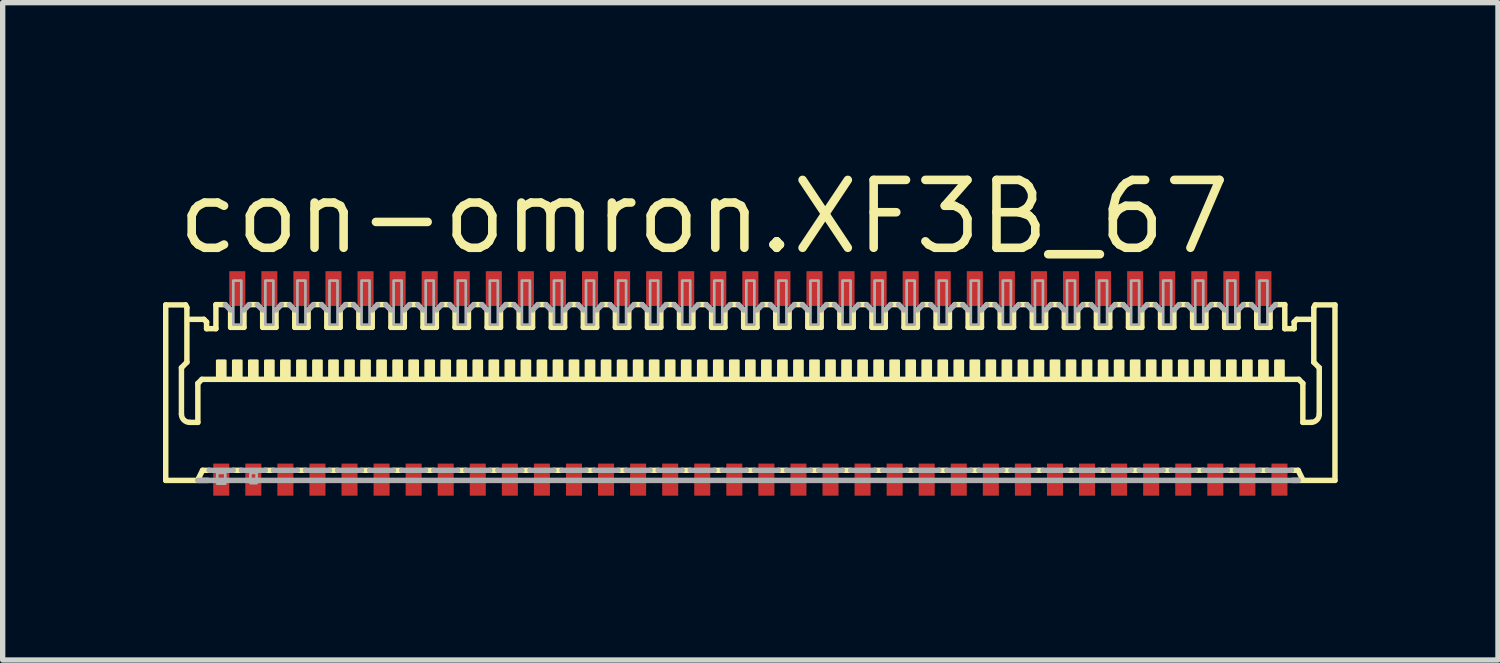
<source format=kicad_pcb>
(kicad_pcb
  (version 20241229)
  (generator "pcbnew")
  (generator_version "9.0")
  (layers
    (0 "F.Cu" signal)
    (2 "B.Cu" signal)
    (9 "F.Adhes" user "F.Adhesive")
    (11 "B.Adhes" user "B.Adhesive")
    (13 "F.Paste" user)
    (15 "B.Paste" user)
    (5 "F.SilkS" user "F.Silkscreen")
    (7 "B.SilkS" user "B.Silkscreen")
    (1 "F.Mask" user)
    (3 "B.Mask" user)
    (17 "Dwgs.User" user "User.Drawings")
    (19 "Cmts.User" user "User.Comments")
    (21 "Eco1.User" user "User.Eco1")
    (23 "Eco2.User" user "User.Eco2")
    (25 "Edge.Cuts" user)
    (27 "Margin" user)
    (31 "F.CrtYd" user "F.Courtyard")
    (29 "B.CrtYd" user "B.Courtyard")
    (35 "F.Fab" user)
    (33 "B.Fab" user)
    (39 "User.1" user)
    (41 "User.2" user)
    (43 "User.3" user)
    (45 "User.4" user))
  (footprint "con-omron.XF3B_67"
    (layer "F.Cu")
    (at 10.99 4.15)
    (property "Reference" "con-omron.XF3B_67" (at -10.8 -2.4 0) (layer "F.SilkS") (effects (font (size 1.27 1.27) (thickness 0.16)) (justify left bottom)))
    (attr smd)
    (fp_rect (start -10.1 2.125) (end -9.7 1.425) (stroke (width 0.05) (type default)) (fill yes) (layer "F.Mask"))
    (fp_rect (start -9.8 -1.425) (end -9.4 -2.175) (stroke (width 0.05) (type default)) (fill yes) (layer "F.Mask"))
    (fp_rect (start -9.5 2.125) (end -9.1 1.425) (stroke (width 0.05) (type default)) (fill yes) (layer "F.Mask"))
    (fp_rect (start -9.2 -1.425) (end -8.8 -2.175) (stroke (width 0.05) (type default)) (fill yes) (layer "F.Mask"))
    (fp_rect (start -8.9 2.125) (end -8.5 1.425) (stroke (width 0.05) (type default)) (fill yes) (layer "F.Mask"))
    (fp_rect (start -8.6 -1.425) (end -8.2 -2.175) (stroke (width 0.05) (type default)) (fill yes) (layer "F.Mask"))
    (fp_rect (start -8.3 2.125) (end -7.9 1.425) (stroke (width 0.05) (type default)) (fill yes) (layer "F.Mask"))
    (fp_rect (start -8 -1.425) (end -7.6 -2.175) (stroke (width 0.05) (type default)) (fill yes) (layer "F.Mask"))
    (fp_rect (start -7.7 2.125) (end -7.3 1.425) (stroke (width 0.05) (type default)) (fill yes) (layer "F.Mask"))
    (fp_rect (start -7.4 -1.425) (end -7 -2.175) (stroke (width 0.05) (type default)) (fill yes) (layer "F.Mask"))
    (fp_rect (start -7.1 2.125) (end -6.7 1.425) (stroke (width 0.05) (type default)) (fill yes) (layer "F.Mask"))
    (fp_rect (start -6.8 -1.425) (end -6.4 -2.175) (stroke (width 0.05) (type default)) (fill yes) (layer "F.Mask"))
    (fp_rect (start -6.5 2.125) (end -6.1 1.425) (stroke (width 0.05) (type default)) (fill yes) (layer "F.Mask"))
    (fp_rect (start -6.2 -1.425) (end -5.8 -2.175) (stroke (width 0.05) (type default)) (fill yes) (layer "F.Mask"))
    (fp_rect (start -5.9 2.125) (end -5.5 1.425) (stroke (width 0.05) (type default)) (fill yes) (layer "F.Mask"))
    (fp_rect (start -5.6 -1.425) (end -5.2 -2.175) (stroke (width 0.05) (type default)) (fill yes) (layer "F.Mask"))
    (fp_rect (start -5.3 2.125) (end -4.9 1.425) (stroke (width 0.05) (type default)) (fill yes) (layer "F.Mask"))
    (fp_rect (start -5 -1.425) (end -4.6 -2.175) (stroke (width 0.05) (type default)) (fill yes) (layer "F.Mask"))
    (fp_rect (start -4.7 2.125) (end -4.3 1.425) (stroke (width 0.05) (type default)) (fill yes) (layer "F.Mask"))
    (fp_rect (start -4.4 -1.425) (end -4 -2.175) (stroke (width 0.05) (type default)) (fill yes) (layer "F.Mask"))
    (fp_rect (start -4.1 2.125) (end -3.7 1.425) (stroke (width 0.05) (type default)) (fill yes) (layer "F.Mask"))
    (fp_rect (start -3.8 -1.425) (end -3.4 -2.175) (stroke (width 0.05) (type default)) (fill yes) (layer "F.Mask"))
    (fp_rect (start -3.5 2.125) (end -3.1 1.425) (stroke (width 0.05) (type default)) (fill yes) (layer "F.Mask"))
    (fp_rect (start -3.2 -1.425) (end -2.8 -2.175) (stroke (width 0.05) (type default)) (fill yes) (layer "F.Mask"))
    (fp_rect (start -2.9 2.125) (end -2.5 1.425) (stroke (width 0.05) (type default)) (fill yes) (layer "F.Mask"))
    (fp_rect (start -2.6 -1.425) (end -2.2 -2.175) (stroke (width 0.05) (type default)) (fill yes) (layer "F.Mask"))
    (fp_rect (start -2.3 2.125) (end -1.9 1.425) (stroke (width 0.05) (type default)) (fill yes) (layer "F.Mask"))
    (fp_rect (start -2 -1.425) (end -1.6 -2.175) (stroke (width 0.05) (type default)) (fill yes) (layer "F.Mask"))
    (fp_rect (start -1.7 2.125) (end -1.3 1.425) (stroke (width 0.05) (type default)) (fill yes) (layer "F.Mask"))
    (fp_rect (start -1.4 -1.425) (end -1 -2.175) (stroke (width 0.05) (type default)) (fill yes) (layer "F.Mask"))
    (fp_rect (start -1.1 2.125) (end -0.7 1.425) (stroke (width 0.05) (type default)) (fill yes) (layer "F.Mask"))
    (fp_rect (start -0.8 -1.425) (end -0.4 -2.175) (stroke (width 0.05) (type default)) (fill yes) (layer "F.Mask"))
    (fp_rect (start -0.5 2.125) (end -0.1 1.425) (stroke (width 0.05) (type default)) (fill yes) (layer "F.Mask"))
    (fp_rect (start -0.2 -1.425) (end 0.2 -2.175) (stroke (width 0.05) (type default)) (fill yes) (layer "F.Mask"))
    (fp_rect (start 0.1 2.125) (end 0.5 1.425) (stroke (width 0.05) (type default)) (fill yes) (layer "F.Mask"))
    (fp_rect (start 0.4 -1.425) (end 0.8 -2.175) (stroke (width 0.05) (type default)) (fill yes) (layer "F.Mask"))
    (fp_rect (start 0.7 2.125) (end 1.1 1.425) (stroke (width 0.05) (type default)) (fill yes) (layer "F.Mask"))
    (fp_rect (start 1 -1.425) (end 1.4 -2.175) (stroke (width 0.05) (type default)) (fill yes) (layer "F.Mask"))
    (fp_rect (start 1.3 2.125) (end 1.7 1.425) (stroke (width 0.05) (type default)) (fill yes) (layer "F.Mask"))
    (fp_rect (start 1.6 -1.425) (end 2 -2.175) (stroke (width 0.05) (type default)) (fill yes) (layer "F.Mask"))
    (fp_rect (start 1.9 2.125) (end 2.3 1.425) (stroke (width 0.05) (type default)) (fill yes) (layer "F.Mask"))
    (fp_rect (start 2.2 -1.425) (end 2.6 -2.175) (stroke (width 0.05) (type default)) (fill yes) (layer "F.Mask"))
    (fp_rect (start 2.5 2.125) (end 2.9 1.425) (stroke (width 0.05) (type default)) (fill yes) (layer "F.Mask"))
    (fp_rect (start 2.8 -1.425) (end 3.2 -2.175) (stroke (width 0.05) (type default)) (fill yes) (layer "F.Mask"))
    (fp_rect (start 3.1 2.125) (end 3.5 1.425) (stroke (width 0.05) (type default)) (fill yes) (layer "F.Mask"))
    (fp_rect (start 3.4 -1.425) (end 3.8 -2.175) (stroke (width 0.05) (type default)) (fill yes) (layer "F.Mask"))
    (fp_rect (start 3.7 2.125) (end 4.1 1.425) (stroke (width 0.05) (type default)) (fill yes) (layer "F.Mask"))
    (fp_rect (start 4 -1.425) (end 4.4 -2.175) (stroke (width 0.05) (type default)) (fill yes) (layer "F.Mask"))
    (fp_rect (start 4.3 2.125) (end 4.7 1.425) (stroke (width 0.05) (type default)) (fill yes) (layer "F.Mask"))
    (fp_rect (start 4.6 -1.425) (end 5 -2.175) (stroke (width 0.05) (type default)) (fill yes) (layer "F.Mask"))
    (fp_rect (start 4.9 2.125) (end 5.3 1.425) (stroke (width 0.05) (type default)) (fill yes) (layer "F.Mask"))
    (fp_rect (start 5.2 -1.425) (end 5.6 -2.175) (stroke (width 0.05) (type default)) (fill yes) (layer "F.Mask"))
    (fp_rect (start 5.5 2.125) (end 5.9 1.425) (stroke (width 0.05) (type default)) (fill yes) (layer "F.Mask"))
    (fp_rect (start 5.8 -1.425) (end 6.2 -2.175) (stroke (width 0.05) (type default)) (fill yes) (layer "F.Mask"))
    (fp_rect (start 6.1 2.125) (end 6.5 1.425) (stroke (width 0.05) (type default)) (fill yes) (layer "F.Mask"))
    (fp_rect (start 6.4 -1.425) (end 6.8 -2.175) (stroke (width 0.05) (type default)) (fill yes) (layer "F.Mask"))
    (fp_rect (start 6.7 2.125) (end 7.1 1.425) (stroke (width 0.05) (type default)) (fill yes) (layer "F.Mask"))
    (fp_rect (start 7 -1.425) (end 7.4 -2.175) (stroke (width 0.05) (type default)) (fill yes) (layer "F.Mask"))
    (fp_rect (start 7.3 2.125) (end 7.7 1.425) (stroke (width 0.05) (type default)) (fill yes) (layer "F.Mask"))
    (fp_rect (start 7.6 -1.425) (end 8 -2.175) (stroke (width 0.05) (type default)) (fill yes) (layer "F.Mask"))
    (fp_rect (start 7.9 2.125) (end 8.3 1.425) (stroke (width 0.05) (type default)) (fill yes) (layer "F.Mask"))
    (fp_rect (start 8.2 -1.425) (end 8.6 -2.175) (stroke (width 0.05) (type default)) (fill yes) (layer "F.Mask"))
    (fp_rect (start 8.5 2.125) (end 8.9 1.425) (stroke (width 0.05) (type default)) (fill yes) (layer "F.Mask"))
    (fp_rect (start 8.8 -1.425) (end 9.2 -2.175) (stroke (width 0.05) (type default)) (fill yes) (layer "F.Mask"))
    (fp_rect (start 9.1 2.125) (end 9.5 1.425) (stroke (width 0.05) (type default)) (fill yes) (layer "F.Mask"))
    (fp_rect (start 9.4 -1.425) (end 9.8 -2.175) (stroke (width 0.05) (type default)) (fill yes) (layer "F.Mask"))
    (fp_rect (start 9.7 2.125) (end 10.1 1.425) (stroke (width 0.05) (type default)) (fill yes) (layer "F.Mask"))
    (fp_line (start -10.939 -1.495) (end -10.568 -1.495) (stroke (width 0.102) (type default)) (layer "F.SilkS"))
    (fp_line (start -10.939 1.789) (end -10.939 -1.495) (stroke (width 0.102) (type default)) (layer "F.SilkS"))
    (fp_line (start -10.645 -0.319) (end -10.645 0.549) (stroke (width 0.102) (type default)) (layer "F.SilkS"))
    (fp_line (start -10.568 -1.495) (end -10.543 -1.444) (stroke (width 0.102) (type default)) (layer "F.SilkS"))
    (fp_line (start -10.543 -1.444) (end -10.543 -0.422) (stroke (width 0.102) (type default)) (layer "F.SilkS"))
    (fp_line (start -10.543 -0.422) (end -10.645 -0.319) (stroke (width 0.102) (type default)) (layer "F.SilkS"))
    (fp_line (start -10.492 0.703) (end -10.338 0.703) (stroke (width 0.102) (type default)) (layer "F.SilkS"))
    (fp_line (start -10.475 -1.225) (end -10.225 -1.225) (stroke (width 0.102) (type default)) (layer "F.SilkS"))
    (fp_line (start -10.338 -0.026) (end -10.262 -0.102) (stroke (width 0.102) (type default)) (layer "F.SilkS"))
    (fp_line (start -10.338 0.703) (end -10.338 -0.026) (stroke (width 0.102) (type default)) (layer "F.SilkS"))
    (fp_line (start -10.325 1.751) (end -10.25 1.6) (stroke (width 0.102) (type default)) (layer "F.SilkS"))
    (fp_line (start -10.25 1.6) (end -10.125 1.6) (stroke (width 0.102) (type default)) (layer "F.SilkS"))
    (fp_line (start -10.225 -1.225) (end -10.175 -1.175) (stroke (width 0.102) (type default)) (layer "F.SilkS"))
    (fp_line (start -10.175 -1.175) (end -10.175 -1.05) (stroke (width 0.102) (type default)) (layer "F.SilkS"))
    (fp_line (start -10.175 -1.05) (end -10 -1.05) (stroke (width 0.102) (type default)) (layer "F.SilkS"))
    (fp_line (start -10.147 1.789) (end -10.939 1.789) (stroke (width 0.102) (type default)) (layer "F.SilkS"))
    (fp_line (start -10 -1.5) (end -9.825 -1.5) (stroke (width 0.102) (type default)) (layer "F.SilkS"))
    (fp_line (start -10 -1.05) (end -10 -1.5) (stroke (width 0.102) (type default)) (layer "F.SilkS"))
    (fp_line (start -9.725 -1.4) (end -9.725 -1.075) (stroke (width 0.102) (type default)) (layer "F.SilkS"))
    (fp_line (start -9.725 -1.075) (end -9.475 -1.075) (stroke (width 0.102) (type default)) (layer "F.SilkS"))
    (fp_line (start -9.675 1.6) (end -9.525 1.6) (stroke (width 0.102) (type default)) (layer "F.SilkS"))
    (fp_line (start -9.475 -1.075) (end -9.475 -1.4) (stroke (width 0.102) (type default)) (layer "F.SilkS"))
    (fp_line (start -9.375 -1.5) (end -9.225 -1.5) (stroke (width 0.102) (type default)) (layer "F.SilkS"))
    (fp_line (start -9.125 -1.4) (end -9.125 -1.075) (stroke (width 0.102) (type default)) (layer "F.SilkS"))
    (fp_line (start -9.125 -1.075) (end -8.875 -1.075) (stroke (width 0.102) (type default)) (layer "F.SilkS"))
    (fp_line (start -9.075 1.6) (end -8.925 1.6) (stroke (width 0.102) (type default)) (layer "F.SilkS"))
    (fp_line (start -8.875 -1.075) (end -8.875 -1.4) (stroke (width 0.102) (type default)) (layer "F.SilkS"))
    (fp_line (start -8.775 -1.5) (end -8.625 -1.5) (stroke (width 0.102) (type default)) (layer "F.SilkS"))
    (fp_line (start -8.525 -1.4) (end -8.525 -1.075) (stroke (width 0.102) (type default)) (layer "F.SilkS"))
    (fp_line (start -8.525 -1.075) (end -8.275 -1.075) (stroke (width 0.102) (type default)) (layer "F.SilkS"))
    (fp_line (start -8.475 1.6) (end -8.325 1.6) (stroke (width 0.102) (type default)) (layer "F.SilkS"))
    (fp_line (start -8.275 -1.075) (end -8.275 -1.4) (stroke (width 0.102) (type default)) (layer "F.SilkS"))
    (fp_line (start -8.175 -1.5) (end -8.025 -1.5) (stroke (width 0.102) (type default)) (layer "F.SilkS"))
    (fp_line (start -7.925 -1.4) (end -7.925 -1.075) (stroke (width 0.102) (type default)) (layer "F.SilkS"))
    (fp_line (start -7.925 -1.075) (end -7.675 -1.075) (stroke (width 0.102) (type default)) (layer "F.SilkS"))
    (fp_line (start -7.875 1.6) (end -7.725 1.6) (stroke (width 0.102) (type default)) (layer "F.SilkS"))
    (fp_line (start -7.675 -1.075) (end -7.675 -1.4) (stroke (width 0.102) (type default)) (layer "F.SilkS"))
    (fp_line (start -7.575 -1.5) (end -7.425 -1.5) (stroke (width 0.102) (type default)) (layer "F.SilkS"))
    (fp_line (start -7.325 -1.4) (end -7.325 -1.075) (stroke (width 0.102) (type default)) (layer "F.SilkS"))
    (fp_line (start -7.325 -1.075) (end -7.075 -1.075) (stroke (width 0.102) (type default)) (layer "F.SilkS"))
    (fp_line (start -7.275 1.6) (end -7.125 1.6) (stroke (width 0.102) (type default)) (layer "F.SilkS"))
    (fp_line (start -7.075 -1.075) (end -7.075 -1.4) (stroke (width 0.102) (type default)) (layer "F.SilkS"))
    (fp_line (start -6.975 -1.5) (end -6.825 -1.5) (stroke (width 0.102) (type default)) (layer "F.SilkS"))
    (fp_line (start -6.725 -1.4) (end -6.725 -1.075) (stroke (width 0.102) (type default)) (layer "F.SilkS"))
    (fp_line (start -6.725 -1.075) (end -6.475 -1.075) (stroke (width 0.102) (type default)) (layer "F.SilkS"))
    (fp_line (start -6.675 1.6) (end -6.525 1.6) (stroke (width 0.102) (type default)) (layer "F.SilkS"))
    (fp_line (start -6.475 -1.075) (end -6.475 -1.4) (stroke (width 0.102) (type default)) (layer "F.SilkS"))
    (fp_line (start -6.375 -1.5) (end -6.225 -1.5) (stroke (width 0.102) (type default)) (layer "F.SilkS"))
    (fp_line (start -6.125 -1.4) (end -6.125 -1.075) (stroke (width 0.102) (type default)) (layer "F.SilkS"))
    (fp_line (start -6.125 -1.075) (end -5.875 -1.075) (stroke (width 0.102) (type default)) (layer "F.SilkS"))
    (fp_line (start -6.075 1.6) (end -5.925 1.6) (stroke (width 0.102) (type default)) (layer "F.SilkS"))
    (fp_line (start -5.875 -1.075) (end -5.875 -1.4) (stroke (width 0.102) (type default)) (layer "F.SilkS"))
    (fp_line (start -5.775 -1.5) (end -5.625 -1.5) (stroke (width 0.102) (type default)) (layer "F.SilkS"))
    (fp_line (start -5.525 -1.4) (end -5.525 -1.075) (stroke (width 0.102) (type default)) (layer "F.SilkS"))
    (fp_line (start -5.525 -1.075) (end -5.275 -1.075) (stroke (width 0.102) (type default)) (layer "F.SilkS"))
    (fp_line (start -5.475 1.6) (end -5.325 1.6) (stroke (width 0.102) (type default)) (layer "F.SilkS"))
    (fp_line (start -5.275 -1.075) (end -5.275 -1.4) (stroke (width 0.102) (type default)) (layer "F.SilkS"))
    (fp_line (start -5.175 -1.5) (end -5.025 -1.5) (stroke (width 0.102) (type default)) (layer "F.SilkS"))
    (fp_line (start -4.925 -1.4) (end -4.925 -1.075) (stroke (width 0.102) (type default)) (layer "F.SilkS"))
    (fp_line (start -4.925 -1.075) (end -4.675 -1.075) (stroke (width 0.102) (type default)) (layer "F.SilkS"))
    (fp_line (start -4.875 1.6) (end -4.725 1.6) (stroke (width 0.102) (type default)) (layer "F.SilkS"))
    (fp_line (start -4.675 -1.075) (end -4.675 -1.4) (stroke (width 0.102) (type default)) (layer "F.SilkS"))
    (fp_line (start -4.575 -1.5) (end -4.425 -1.5) (stroke (width 0.102) (type default)) (layer "F.SilkS"))
    (fp_line (start -4.325 -1.4) (end -4.325 -1.075) (stroke (width 0.102) (type default)) (layer "F.SilkS"))
    (fp_line (start -4.325 -1.075) (end -4.075 -1.075) (stroke (width 0.102) (type default)) (layer "F.SilkS"))
    (fp_line (start -4.275 1.6) (end -4.125 1.6) (stroke (width 0.102) (type default)) (layer "F.SilkS"))
    (fp_line (start -4.075 -1.075) (end -4.075 -1.4) (stroke (width 0.102) (type default)) (layer "F.SilkS"))
    (fp_line (start -3.975 -1.5) (end -3.825 -1.5) (stroke (width 0.102) (type default)) (layer "F.SilkS"))
    (fp_line (start -3.725 -1.4) (end -3.725 -1.075) (stroke (width 0.102) (type default)) (layer "F.SilkS"))
    (fp_line (start -3.725 -1.075) (end -3.475 -1.075) (stroke (width 0.102) (type default)) (layer "F.SilkS"))
    (fp_line (start -3.675 1.6) (end -3.525 1.6) (stroke (width 0.102) (type default)) (layer "F.SilkS"))
    (fp_line (start -3.475 -1.075) (end -3.475 -1.4) (stroke (width 0.102) (type default)) (layer "F.SilkS"))
    (fp_line (start -3.375 -1.5) (end -3.225 -1.5) (stroke (width 0.102) (type default)) (layer "F.SilkS"))
    (fp_line (start -3.125 -1.4) (end -3.125 -1.075) (stroke (width 0.102) (type default)) (layer "F.SilkS"))
    (fp_line (start -3.125 -1.075) (end -2.875 -1.075) (stroke (width 0.102) (type default)) (layer "F.SilkS"))
    (fp_line (start -3.075 1.6) (end -2.925 1.6) (stroke (width 0.102) (type default)) (layer "F.SilkS"))
    (fp_line (start -2.875 -1.075) (end -2.875 -1.4) (stroke (width 0.102) (type default)) (layer "F.SilkS"))
    (fp_line (start -2.775 -1.5) (end -2.625 -1.5) (stroke (width 0.102) (type default)) (layer "F.SilkS"))
    (fp_line (start -2.525 -1.4) (end -2.525 -1.075) (stroke (width 0.102) (type default)) (layer "F.SilkS"))
    (fp_line (start -2.525 -1.075) (end -2.275 -1.075) (stroke (width 0.102) (type default)) (layer "F.SilkS"))
    (fp_line (start -2.475 1.6) (end -2.325 1.6) (stroke (width 0.102) (type default)) (layer "F.SilkS"))
    (fp_line (start -2.275 -1.075) (end -2.275 -1.4) (stroke (width 0.102) (type default)) (layer "F.SilkS"))
    (fp_line (start -2.175 -1.5) (end -2.025 -1.5) (stroke (width 0.102) (type default)) (layer "F.SilkS"))
    (fp_line (start -1.925 -1.4) (end -1.925 -1.075) (stroke (width 0.102) (type default)) (layer "F.SilkS"))
    (fp_line (start -1.925 -1.075) (end -1.675 -1.075) (stroke (width 0.102) (type default)) (layer "F.SilkS"))
    (fp_line (start -1.875 1.6) (end -1.725 1.6) (stroke (width 0.102) (type default)) (layer "F.SilkS"))
    (fp_line (start -1.675 -1.075) (end -1.675 -1.4) (stroke (width 0.102) (type default)) (layer "F.SilkS"))
    (fp_line (start -1.575 -1.5) (end -1.425 -1.5) (stroke (width 0.102) (type default)) (layer "F.SilkS"))
    (fp_line (start -1.325 -1.4) (end -1.325 -1.075) (stroke (width 0.102) (type default)) (layer "F.SilkS"))
    (fp_line (start -1.325 -1.075) (end -1.075 -1.075) (stroke (width 0.102) (type default)) (layer "F.SilkS"))
    (fp_line (start -1.275 1.6) (end -1.125 1.6) (stroke (width 0.102) (type default)) (layer "F.SilkS"))
    (fp_line (start -1.075 -1.075) (end -1.075 -1.4) (stroke (width 0.102) (type default)) (layer "F.SilkS"))
    (fp_line (start -0.975 -1.5) (end -0.825 -1.5) (stroke (width 0.102) (type default)) (layer "F.SilkS"))
    (fp_line (start -0.725 -1.4) (end -0.725 -1.075) (stroke (width 0.102) (type default)) (layer "F.SilkS"))
    (fp_line (start -0.725 -1.075) (end -0.475 -1.075) (stroke (width 0.102) (type default)) (layer "F.SilkS"))
    (fp_line (start -0.675 1.6) (end -0.525 1.6) (stroke (width 0.102) (type default)) (layer "F.SilkS"))
    (fp_line (start -0.475 -1.075) (end -0.475 -1.4) (stroke (width 0.102) (type default)) (layer "F.SilkS"))
    (fp_line (start -0.375 -1.5) (end -0.225 -1.5) (stroke (width 0.102) (type default)) (layer "F.SilkS"))
    (fp_line (start -0.125 -1.4) (end -0.125 -1.075) (stroke (width 0.102) (type default)) (layer "F.SilkS"))
    (fp_line (start -0.125 -1.075) (end 0.125 -1.075) (stroke (width 0.102) (type default)) (layer "F.SilkS"))
    (fp_line (start -0.075 1.6) (end 0.075 1.6) (stroke (width 0.102) (type default)) (layer "F.SilkS"))
    (fp_line (start 0.125 -1.075) (end 0.125 -1.4) (stroke (width 0.102) (type default)) (layer "F.SilkS"))
    (fp_line (start 0.225 -1.5) (end 0.375 -1.5) (stroke (width 0.102) (type default)) (layer "F.SilkS"))
    (fp_line (start 0.475 -1.4) (end 0.475 -1.075) (stroke (width 0.102) (type default)) (layer "F.SilkS"))
    (fp_line (start 0.475 -1.075) (end 0.725 -1.075) (stroke (width 0.102) (type default)) (layer "F.SilkS"))
    (fp_line (start 0.525 1.6) (end 0.675 1.6) (stroke (width 0.102) (type default)) (layer "F.SilkS"))
    (fp_line (start 0.725 -1.075) (end 0.725 -1.4) (stroke (width 0.102) (type default)) (layer "F.SilkS"))
    (fp_line (start 0.825 -1.5) (end 0.975 -1.5) (stroke (width 0.102) (type default)) (layer "F.SilkS"))
    (fp_line (start 1.075 -1.4) (end 1.075 -1.075) (stroke (width 0.102) (type default)) (layer "F.SilkS"))
    (fp_line (start 1.075 -1.075) (end 1.325 -1.075) (stroke (width 0.102) (type default)) (layer "F.SilkS"))
    (fp_line (start 1.125 1.6) (end 1.275 1.6) (stroke (width 0.102) (type default)) (layer "F.SilkS"))
    (fp_line (start 1.325 -1.075) (end 1.325 -1.4) (stroke (width 0.102) (type default)) (layer "F.SilkS"))
    (fp_line (start 1.425 -1.5) (end 1.575 -1.5) (stroke (width 0.102) (type default)) (layer "F.SilkS"))
    (fp_line (start 1.675 -1.4) (end 1.675 -1.075) (stroke (width 0.102) (type default)) (layer "F.SilkS"))
    (fp_line (start 1.675 -1.075) (end 1.925 -1.075) (stroke (width 0.102) (type default)) (layer "F.SilkS"))
    (fp_line (start 1.725 1.6) (end 1.875 1.6) (stroke (width 0.102) (type default)) (layer "F.SilkS"))
    (fp_line (start 1.925 -1.075) (end 1.925 -1.4) (stroke (width 0.102) (type default)) (layer "F.SilkS"))
    (fp_line (start 2.025 -1.5) (end 2.175 -1.5) (stroke (width 0.102) (type default)) (layer "F.SilkS"))
    (fp_line (start 2.275 -1.4) (end 2.275 -1.075) (stroke (width 0.102) (type default)) (layer "F.SilkS"))
    (fp_line (start 2.275 -1.075) (end 2.525 -1.075) (stroke (width 0.102) (type default)) (layer "F.SilkS"))
    (fp_line (start 2.325 1.6) (end 2.475 1.6) (stroke (width 0.102) (type default)) (layer "F.SilkS"))
    (fp_line (start 2.525 -1.075) (end 2.525 -1.4) (stroke (width 0.102) (type default)) (layer "F.SilkS"))
    (fp_line (start 2.625 -1.5) (end 2.775 -1.5) (stroke (width 0.102) (type default)) (layer "F.SilkS"))
    (fp_line (start 2.875 -1.4) (end 2.875 -1.075) (stroke (width 0.102) (type default)) (layer "F.SilkS"))
    (fp_line (start 2.875 -1.075) (end 3.125 -1.075) (stroke (width 0.102) (type default)) (layer "F.SilkS"))
    (fp_line (start 2.925 1.6) (end 3.075 1.6) (stroke (width 0.102) (type default)) (layer "F.SilkS"))
    (fp_line (start 3.125 -1.075) (end 3.125 -1.4) (stroke (width 0.102) (type default)) (layer "F.SilkS"))
    (fp_line (start 3.225 -1.5) (end 3.375 -1.5) (stroke (width 0.102) (type default)) (layer "F.SilkS"))
    (fp_line (start 3.475 -1.4) (end 3.475 -1.075) (stroke (width 0.102) (type default)) (layer "F.SilkS"))
    (fp_line (start 3.475 -1.075) (end 3.725 -1.075) (stroke (width 0.102) (type default)) (layer "F.SilkS"))
    (fp_line (start 3.525 1.6) (end 3.675 1.6) (stroke (width 0.102) (type default)) (layer "F.SilkS"))
    (fp_line (start 3.725 -1.075) (end 3.725 -1.4) (stroke (width 0.102) (type default)) (layer "F.SilkS"))
    (fp_line (start 3.825 -1.5) (end 3.975 -1.5) (stroke (width 0.102) (type default)) (layer "F.SilkS"))
    (fp_line (start 4.075 -1.4) (end 4.075 -1.075) (stroke (width 0.102) (type default)) (layer "F.SilkS"))
    (fp_line (start 4.075 -1.075) (end 4.325 -1.075) (stroke (width 0.102) (type default)) (layer "F.SilkS"))
    (fp_line (start 4.125 1.6) (end 4.275 1.6) (stroke (width 0.102) (type default)) (layer "F.SilkS"))
    (fp_line (start 4.325 -1.075) (end 4.325 -1.4) (stroke (width 0.102) (type default)) (layer "F.SilkS"))
    (fp_line (start 4.425 -1.5) (end 4.575 -1.5) (stroke (width 0.102) (type default)) (layer "F.SilkS"))
    (fp_line (start 4.675 -1.4) (end 4.675 -1.075) (stroke (width 0.102) (type default)) (layer "F.SilkS"))
    (fp_line (start 4.675 -1.075) (end 4.925 -1.075) (stroke (width 0.102) (type default)) (layer "F.SilkS"))
    (fp_line (start 4.725 1.6) (end 4.875 1.6) (stroke (width 0.102) (type default)) (layer "F.SilkS"))
    (fp_line (start 4.925 -1.075) (end 4.925 -1.4) (stroke (width 0.102) (type default)) (layer "F.SilkS"))
    (fp_line (start 5.025 -1.5) (end 5.175 -1.5) (stroke (width 0.102) (type default)) (layer "F.SilkS"))
    (fp_line (start 5.275 -1.4) (end 5.275 -1.075) (stroke (width 0.102) (type default)) (layer "F.SilkS"))
    (fp_line (start 5.275 -1.075) (end 5.525 -1.075) (stroke (width 0.102) (type default)) (layer "F.SilkS"))
    (fp_line (start 5.325 1.6) (end 5.475 1.6) (stroke (width 0.102) (type default)) (layer "F.SilkS"))
    (fp_line (start 5.525 -1.075) (end 5.525 -1.4) (stroke (width 0.102) (type default)) (layer "F.SilkS"))
    (fp_line (start 5.625 -1.5) (end 5.775 -1.5) (stroke (width 0.102) (type default)) (layer "F.SilkS"))
    (fp_line (start 5.875 -1.4) (end 5.875 -1.075) (stroke (width 0.102) (type default)) (layer "F.SilkS"))
    (fp_line (start 5.875 -1.075) (end 6.125 -1.075) (stroke (width 0.102) (type default)) (layer "F.SilkS"))
    (fp_line (start 5.925 1.6) (end 6.075 1.6) (stroke (width 0.102) (type default)) (layer "F.SilkS"))
    (fp_line (start 6.125 -1.075) (end 6.125 -1.4) (stroke (width 0.102) (type default)) (layer "F.SilkS"))
    (fp_line (start 6.225 -1.5) (end 6.375 -1.5) (stroke (width 0.102) (type default)) (layer "F.SilkS"))
    (fp_line (start 6.475 -1.4) (end 6.475 -1.075) (stroke (width 0.102) (type default)) (layer "F.SilkS"))
    (fp_line (start 6.475 -1.075) (end 6.725 -1.075) (stroke (width 0.102) (type default)) (layer "F.SilkS"))
    (fp_line (start 6.525 1.6) (end 6.675 1.6) (stroke (width 0.102) (type default)) (layer "F.SilkS"))
    (fp_line (start 6.725 -1.075) (end 6.725 -1.4) (stroke (width 0.102) (type default)) (layer "F.SilkS"))
    (fp_line (start 6.825 -1.5) (end 6.975 -1.5) (stroke (width 0.102) (type default)) (layer "F.SilkS"))
    (fp_line (start 7.075 -1.4) (end 7.075 -1.075) (stroke (width 0.102) (type default)) (layer "F.SilkS"))
    (fp_line (start 7.075 -1.075) (end 7.325 -1.075) (stroke (width 0.102) (type default)) (layer "F.SilkS"))
    (fp_line (start 7.125 1.6) (end 7.275 1.6) (stroke (width 0.102) (type default)) (layer "F.SilkS"))
    (fp_line (start 7.325 -1.075) (end 7.325 -1.4) (stroke (width 0.102) (type default)) (layer "F.SilkS"))
    (fp_line (start 7.425 -1.5) (end 7.575 -1.5) (stroke (width 0.102) (type default)) (layer "F.SilkS"))
    (fp_line (start 7.675 -1.4) (end 7.675 -1.075) (stroke (width 0.102) (type default)) (layer "F.SilkS"))
    (fp_line (start 7.675 -1.075) (end 7.925 -1.075) (stroke (width 0.102) (type default)) (layer "F.SilkS"))
    (fp_line (start 7.725 1.6) (end 7.875 1.6) (stroke (width 0.102) (type default)) (layer "F.SilkS"))
    (fp_line (start 7.925 -1.075) (end 7.925 -1.4) (stroke (width 0.102) (type default)) (layer "F.SilkS"))
    (fp_line (start 8.025 -1.5) (end 8.175 -1.5) (stroke (width 0.102) (type default)) (layer "F.SilkS"))
    (fp_line (start 8.275 -1.4) (end 8.275 -1.075) (stroke (width 0.102) (type default)) (layer "F.SilkS"))
    (fp_line (start 8.275 -1.075) (end 8.525 -1.075) (stroke (width 0.102) (type default)) (layer "F.SilkS"))
    (fp_line (start 8.325 1.6) (end 8.475 1.6) (stroke (width 0.102) (type default)) (layer "F.SilkS"))
    (fp_line (start 8.525 -1.075) (end 8.525 -1.4) (stroke (width 0.102) (type default)) (layer "F.SilkS"))
    (fp_line (start 8.625 -1.5) (end 8.775 -1.5) (stroke (width 0.102) (type default)) (layer "F.SilkS"))
    (fp_line (start 8.875 -1.4) (end 8.875 -1.075) (stroke (width 0.102) (type default)) (layer "F.SilkS"))
    (fp_line (start 8.875 -1.075) (end 9.125 -1.075) (stroke (width 0.102) (type default)) (layer "F.SilkS"))
    (fp_line (start 8.925 1.6) (end 9.075 1.6) (stroke (width 0.102) (type default)) (layer "F.SilkS"))
    (fp_line (start 9.125 -1.075) (end 9.125 -1.4) (stroke (width 0.102) (type default)) (layer "F.SilkS"))
    (fp_line (start 9.225 -1.5) (end 9.375 -1.5) (stroke (width 0.102) (type default)) (layer "F.SilkS"))
    (fp_line (start 9.475 -1.4) (end 9.475 -1.075) (stroke (width 0.102) (type default)) (layer "F.SilkS"))
    (fp_line (start 9.475 -1.075) (end 9.725 -1.075) (stroke (width 0.102) (type default)) (layer "F.SilkS"))
    (fp_line (start 9.525 1.6) (end 9.675 1.6) (stroke (width 0.102) (type default)) (layer "F.SilkS"))
    (fp_line (start 9.725 -1.075) (end 9.725 -1.4) (stroke (width 0.102) (type default)) (layer "F.SilkS"))
    (fp_line (start 9.825 -1.5) (end 10 -1.5) (stroke (width 0.102) (type default)) (layer "F.SilkS"))
    (fp_line (start 10 -1.05) (end 10 -1.5) (stroke (width 0.102) (type default)) (layer "F.SilkS"))
    (fp_line (start 10.147 1.789) (end 10.939 1.789) (stroke (width 0.102) (type default)) (layer "F.SilkS"))
    (fp_line (start 10.175 -1.175) (end 10.175 -1.05) (stroke (width 0.102) (type default)) (layer "F.SilkS"))
    (fp_line (start 10.175 -1.05) (end 10 -1.05) (stroke (width 0.102) (type default)) (layer "F.SilkS"))
    (fp_line (start 10.225 -1.225) (end 10.175 -1.175) (stroke (width 0.102) (type default)) (layer "F.SilkS"))
    (fp_line (start 10.25 1.6) (end 10.125 1.6) (stroke (width 0.102) (type default)) (layer "F.SilkS"))
    (fp_line (start 10.262 -0.102) (end -10.262 -0.102) (stroke (width 0.102) (type default)) (layer "F.SilkS"))
    (fp_line (start 10.325 1.751) (end 10.25 1.6) (stroke (width 0.102) (type default)) (layer "F.SilkS"))
    (fp_line (start 10.338 -0.026) (end 10.262 -0.102) (stroke (width 0.102) (type default)) (layer "F.SilkS"))
    (fp_line (start 10.338 0.703) (end 10.338 -0.026) (stroke (width 0.102) (type default)) (layer "F.SilkS"))
    (fp_line (start 10.475 -1.225) (end 10.225 -1.225) (stroke (width 0.102) (type default)) (layer "F.SilkS"))
    (fp_line (start 10.492 0.703) (end 10.338 0.703) (stroke (width 0.102) (type default)) (layer "F.SilkS"))
    (fp_line (start 10.543 -1.444) (end 10.543 -0.422) (stroke (width 0.102) (type default)) (layer "F.SilkS"))
    (fp_line (start 10.543 -0.422) (end 10.645 -0.319) (stroke (width 0.102) (type default)) (layer "F.SilkS"))
    (fp_line (start 10.568 -1.495) (end 10.543 -1.444) (stroke (width 0.102) (type default)) (layer "F.SilkS"))
    (fp_line (start 10.645 -0.319) (end 10.645 0.549) (stroke (width 0.102) (type default)) (layer "F.SilkS"))
    (fp_line (start 10.939 -1.495) (end 10.568 -1.495) (stroke (width 0.102) (type default)) (layer "F.SilkS"))
    (fp_line (start 10.939 1.789) (end 10.939 -1.495) (stroke (width 0.102) (type default)) (layer "F.SilkS"))
    (fp_rect (start -9.975 -0.125) (end -9.825 -0.45) (stroke (width 0.05) (type default)) (fill yes) (layer "F.SilkS"))
    (fp_rect (start -9.675 -0.125) (end -9.525 -0.45) (stroke (width 0.05) (type default)) (fill yes) (layer "F.SilkS"))
    (fp_rect (start -9.375 -0.125) (end -9.225 -0.45) (stroke (width 0.05) (type default)) (fill yes) (layer "F.SilkS"))
    (fp_rect (start -9.075 -0.125) (end -8.925 -0.45) (stroke (width 0.05) (type default)) (fill yes) (layer "F.SilkS"))
    (fp_rect (start -8.775 -0.125) (end -8.625 -0.45) (stroke (width 0.05) (type default)) (fill yes) (layer "F.SilkS"))
    (fp_rect (start -8.475 -0.125) (end -8.325 -0.45) (stroke (width 0.05) (type default)) (fill yes) (layer "F.SilkS"))
    (fp_rect (start -8.175 -0.125) (end -8.025 -0.45) (stroke (width 0.05) (type default)) (fill yes) (layer "F.SilkS"))
    (fp_rect (start -7.875 -0.125) (end -7.725 -0.45) (stroke (width 0.05) (type default)) (fill yes) (layer "F.SilkS"))
    (fp_rect (start -7.575 -0.125) (end -7.425 -0.45) (stroke (width 0.05) (type default)) (fill yes) (layer "F.SilkS"))
    (fp_rect (start -7.275 -0.125) (end -7.125 -0.45) (stroke (width 0.05) (type default)) (fill yes) (layer "F.SilkS"))
    (fp_rect (start -6.975 -0.125) (end -6.825 -0.45) (stroke (width 0.05) (type default)) (fill yes) (layer "F.SilkS"))
    (fp_rect (start -6.675 -0.125) (end -6.525 -0.45) (stroke (width 0.05) (type default)) (fill yes) (layer "F.SilkS"))
    (fp_rect (start -6.375 -0.125) (end -6.225 -0.45) (stroke (width 0.05) (type default)) (fill yes) (layer "F.SilkS"))
    (fp_rect (start -6.075 -0.125) (end -5.925 -0.45) (stroke (width 0.05) (type default)) (fill yes) (layer "F.SilkS"))
    (fp_rect (start -5.775 -0.125) (end -5.625 -0.45) (stroke (width 0.05) (type default)) (fill yes) (layer "F.SilkS"))
    (fp_rect (start -5.475 -0.125) (end -5.325 -0.45) (stroke (width 0.05) (type default)) (fill yes) (layer "F.SilkS"))
    (fp_rect (start -5.175 -0.125) (end -5.025 -0.45) (stroke (width 0.05) (type default)) (fill yes) (layer "F.SilkS"))
    (fp_rect (start -4.875 -0.125) (end -4.725 -0.45) (stroke (width 0.05) (type default)) (fill yes) (layer "F.SilkS"))
    (fp_rect (start -4.575 -0.125) (end -4.425 -0.45) (stroke (width 0.05) (type default)) (fill yes) (layer "F.SilkS"))
    (fp_rect (start -4.275 -0.125) (end -4.125 -0.45) (stroke (width 0.05) (type default)) (fill yes) (layer "F.SilkS"))
    (fp_rect (start -3.975 -0.125) (end -3.825 -0.45) (stroke (width 0.05) (type default)) (fill yes) (layer "F.SilkS"))
    (fp_rect (start -3.675 -0.125) (end -3.525 -0.45) (stroke (width 0.05) (type default)) (fill yes) (layer "F.SilkS"))
    (fp_rect (start -3.375 -0.125) (end -3.225 -0.45) (stroke (width 0.05) (type default)) (fill yes) (layer "F.SilkS"))
    (fp_rect (start -3.075 -0.125) (end -2.925 -0.45) (stroke (width 0.05) (type default)) (fill yes) (layer "F.SilkS"))
    (fp_rect (start -2.775 -0.125) (end -2.625 -0.45) (stroke (width 0.05) (type default)) (fill yes) (layer "F.SilkS"))
    (fp_rect (start -2.475 -0.125) (end -2.325 -0.45) (stroke (width 0.05) (type default)) (fill yes) (layer "F.SilkS"))
    (fp_rect (start -2.175 -0.125) (end -2.025 -0.45) (stroke (width 0.05) (type default)) (fill yes) (layer "F.SilkS"))
    (fp_rect (start -1.875 -0.125) (end -1.725 -0.45) (stroke (width 0.05) (type default)) (fill yes) (layer "F.SilkS"))
    (fp_rect (start -1.575 -0.125) (end -1.425 -0.45) (stroke (width 0.05) (type default)) (fill yes) (layer "F.SilkS"))
    (fp_rect (start -1.275 -0.125) (end -1.125 -0.45) (stroke (width 0.05) (type default)) (fill yes) (layer "F.SilkS"))
    (fp_rect (start -0.975 -0.125) (end -0.825 -0.45) (stroke (width 0.05) (type default)) (fill yes) (layer "F.SilkS"))
    (fp_rect (start -0.675 -0.125) (end -0.525 -0.45) (stroke (width 0.05) (type default)) (fill yes) (layer "F.SilkS"))
    (fp_rect (start -0.375 -0.125) (end -0.225 -0.45) (stroke (width 0.05) (type default)) (fill yes) (layer "F.SilkS"))
    (fp_rect (start -0.075 -0.125) (end 0.075 -0.45) (stroke (width 0.05) (type default)) (fill yes) (layer "F.SilkS"))
    (fp_rect (start 0.225 -0.125) (end 0.375 -0.45) (stroke (width 0.05) (type default)) (fill yes) (layer "F.SilkS"))
    (fp_rect (start 0.525 -0.125) (end 0.675 -0.45) (stroke (width 0.05) (type default)) (fill yes) (layer "F.SilkS"))
    (fp_rect (start 0.825 -0.125) (end 0.975 -0.45) (stroke (width 0.05) (type default)) (fill yes) (layer "F.SilkS"))
    (fp_rect (start 1.125 -0.125) (end 1.275 -0.45) (stroke (width 0.05) (type default)) (fill yes) (layer "F.SilkS"))
    (fp_rect (start 1.425 -0.125) (end 1.575 -0.45) (stroke (width 0.05) (type default)) (fill yes) (layer "F.SilkS"))
    (fp_rect (start 1.725 -0.125) (end 1.875 -0.45) (stroke (width 0.05) (type default)) (fill yes) (layer "F.SilkS"))
    (fp_rect (start 2.025 -0.125) (end 2.175 -0.45) (stroke (width 0.05) (type default)) (fill yes) (layer "F.SilkS"))
    (fp_rect (start 2.325 -0.125) (end 2.475 -0.45) (stroke (width 0.05) (type default)) (fill yes) (layer "F.SilkS"))
    (fp_rect (start 2.625 -0.125) (end 2.775 -0.45) (stroke (width 0.05) (type default)) (fill yes) (layer "F.SilkS"))
    (fp_rect (start 2.925 -0.125) (end 3.075 -0.45) (stroke (width 0.05) (type default)) (fill yes) (layer "F.SilkS"))
    (fp_rect (start 3.225 -0.125) (end 3.375 -0.45) (stroke (width 0.05) (type default)) (fill yes) (layer "F.SilkS"))
    (fp_rect (start 3.525 -0.125) (end 3.675 -0.45) (stroke (width 0.05) (type default)) (fill yes) (layer "F.SilkS"))
    (fp_rect (start 3.825 -0.125) (end 3.975 -0.45) (stroke (width 0.05) (type default)) (fill yes) (layer "F.SilkS"))
    (fp_rect (start 4.125 -0.125) (end 4.275 -0.45) (stroke (width 0.05) (type default)) (fill yes) (layer "F.SilkS"))
    (fp_rect (start 4.425 -0.125) (end 4.575 -0.45) (stroke (width 0.05) (type default)) (fill yes) (layer "F.SilkS"))
    (fp_rect (start 4.725 -0.125) (end 4.875 -0.45) (stroke (width 0.05) (type default)) (fill yes) (layer "F.SilkS"))
    (fp_rect (start 5.025 -0.125) (end 5.175 -0.45) (stroke (width 0.05) (type default)) (fill yes) (layer "F.SilkS"))
    (fp_rect (start 5.325 -0.125) (end 5.475 -0.45) (stroke (width 0.05) (type default)) (fill yes) (layer "F.SilkS"))
    (fp_rect (start 5.625 -0.125) (end 5.775 -0.45) (stroke (width 0.05) (type default)) (fill yes) (layer "F.SilkS"))
    (fp_rect (start 5.925 -0.125) (end 6.075 -0.45) (stroke (width 0.05) (type default)) (fill yes) (layer "F.SilkS"))
    (fp_rect (start 6.225 -0.125) (end 6.375 -0.45) (stroke (width 0.05) (type default)) (fill yes) (layer "F.SilkS"))
    (fp_rect (start 6.525 -0.125) (end 6.675 -0.45) (stroke (width 0.05) (type default)) (fill yes) (layer "F.SilkS"))
    (fp_rect (start 6.825 -0.125) (end 6.975 -0.45) (stroke (width 0.05) (type default)) (fill yes) (layer "F.SilkS"))
    (fp_rect (start 7.125 -0.125) (end 7.275 -0.45) (stroke (width 0.05) (type default)) (fill yes) (layer "F.SilkS"))
    (fp_rect (start 7.425 -0.125) (end 7.575 -0.45) (stroke (width 0.05) (type default)) (fill yes) (layer "F.SilkS"))
    (fp_rect (start 7.725 -0.125) (end 7.875 -0.45) (stroke (width 0.05) (type default)) (fill yes) (layer "F.SilkS"))
    (fp_rect (start 8.025 -0.125) (end 8.175 -0.45) (stroke (width 0.05) (type default)) (fill yes) (layer "F.SilkS"))
    (fp_rect (start 8.325 -0.125) (end 8.475 -0.45) (stroke (width 0.05) (type default)) (fill yes) (layer "F.SilkS"))
    (fp_rect (start 8.625 -0.125) (end 8.775 -0.45) (stroke (width 0.05) (type default)) (fill yes) (layer "F.SilkS"))
    (fp_rect (start 8.925 -0.125) (end 9.075 -0.45) (stroke (width 0.05) (type default)) (fill yes) (layer "F.SilkS"))
    (fp_rect (start 9.225 -0.125) (end 9.375 -0.45) (stroke (width 0.05) (type default)) (fill yes) (layer "F.SilkS"))
    (fp_rect (start 9.525 -0.125) (end 9.675 -0.45) (stroke (width 0.05) (type default)) (fill yes) (layer "F.SilkS"))
    (fp_rect (start 9.825 -0.125) (end 9.975 -0.45) (stroke (width 0.05) (type default)) (fill yes) (layer "F.SilkS"))
    (fp_arc (start -10.491559 0.702844) (mid -10.599992 0.657929) (end -10.644906 0.549497) (stroke (width 0.1016) (type default)) (layer "F.SilkS"))
    (fp_arc (start 10.644906 0.549497) (mid 10.599992 0.657929) (end 10.491559 0.702844) (stroke (width 0.1016) (type default)) (layer "F.SilkS"))
    (fp_rect (start -10.025 2.05) (end -9.775 1.5) (stroke (width 0.05) (type default)) (fill yes) (layer "F.Paste"))
    (fp_rect (start -9.725 -1.5) (end -9.475 -2.1) (stroke (width 0.05) (type default)) (fill yes) (layer "F.Paste"))
    (fp_rect (start -9.425 2.05) (end -9.175 1.5) (stroke (width 0.05) (type default)) (fill yes) (layer "F.Paste"))
    (fp_rect (start -9.125 -1.5) (end -8.875 -2.1) (stroke (width 0.05) (type default)) (fill yes) (layer "F.Paste"))
    (fp_rect (start -8.825 2.05) (end -8.575 1.5) (stroke (width 0.05) (type default)) (fill yes) (layer "F.Paste"))
    (fp_rect (start -8.525 -1.5) (end -8.275 -2.1) (stroke (width 0.05) (type default)) (fill yes) (layer "F.Paste"))
    (fp_rect (start -8.225 2.05) (end -7.975 1.5) (stroke (width 0.05) (type default)) (fill yes) (layer "F.Paste"))
    (fp_rect (start -7.925 -1.5) (end -7.675 -2.1) (stroke (width 0.05) (type default)) (fill yes) (layer "F.Paste"))
    (fp_rect (start -7.625 2.05) (end -7.375 1.5) (stroke (width 0.05) (type default)) (fill yes) (layer "F.Paste"))
    (fp_rect (start -7.325 -1.5) (end -7.075 -2.1) (stroke (width 0.05) (type default)) (fill yes) (layer "F.Paste"))
    (fp_rect (start -7.025 2.05) (end -6.775 1.5) (stroke (width 0.05) (type default)) (fill yes) (layer "F.Paste"))
    (fp_rect (start -6.725 -1.5) (end -6.475 -2.1) (stroke (width 0.05) (type default)) (fill yes) (layer "F.Paste"))
    (fp_rect (start -6.425 2.05) (end -6.175 1.5) (stroke (width 0.05) (type default)) (fill yes) (layer "F.Paste"))
    (fp_rect (start -6.125 -1.5) (end -5.875 -2.1) (stroke (width 0.05) (type default)) (fill yes) (layer "F.Paste"))
    (fp_rect (start -5.825 2.05) (end -5.575 1.5) (stroke (width 0.05) (type default)) (fill yes) (layer "F.Paste"))
    (fp_rect (start -5.525 -1.5) (end -5.275 -2.1) (stroke (width 0.05) (type default)) (fill yes) (layer "F.Paste"))
    (fp_rect (start -5.225 2.05) (end -4.975 1.5) (stroke (width 0.05) (type default)) (fill yes) (layer "F.Paste"))
    (fp_rect (start -4.925 -1.5) (end -4.675 -2.1) (stroke (width 0.05) (type default)) (fill yes) (layer "F.Paste"))
    (fp_rect (start -4.625 2.05) (end -4.375 1.5) (stroke (width 0.05) (type default)) (fill yes) (layer "F.Paste"))
    (fp_rect (start -4.325 -1.5) (end -4.075 -2.1) (stroke (width 0.05) (type default)) (fill yes) (layer "F.Paste"))
    (fp_rect (start -4.025 2.05) (end -3.775 1.5) (stroke (width 0.05) (type default)) (fill yes) (layer "F.Paste"))
    (fp_rect (start -3.725 -1.5) (end -3.475 -2.1) (stroke (width 0.05) (type default)) (fill yes) (layer "F.Paste"))
    (fp_rect (start -3.425 2.05) (end -3.175 1.5) (stroke (width 0.05) (type default)) (fill yes) (layer "F.Paste"))
    (fp_rect (start -3.125 -1.5) (end -2.875 -2.1) (stroke (width 0.05) (type default)) (fill yes) (layer "F.Paste"))
    (fp_rect (start -2.825 2.05) (end -2.575 1.5) (stroke (width 0.05) (type default)) (fill yes) (layer "F.Paste"))
    (fp_rect (start -2.525 -1.5) (end -2.275 -2.1) (stroke (width 0.05) (type default)) (fill yes) (layer "F.Paste"))
    (fp_rect (start -2.225 2.05) (end -1.975 1.5) (stroke (width 0.05) (type default)) (fill yes) (layer "F.Paste"))
    (fp_rect (start -1.925 -1.5) (end -1.675 -2.1) (stroke (width 0.05) (type default)) (fill yes) (layer "F.Paste"))
    (fp_rect (start -1.625 2.05) (end -1.375 1.5) (stroke (width 0.05) (type default)) (fill yes) (layer "F.Paste"))
    (fp_rect (start -1.325 -1.5) (end -1.075 -2.1) (stroke (width 0.05) (type default)) (fill yes) (layer "F.Paste"))
    (fp_rect (start -1.025 2.05) (end -0.775 1.5) (stroke (width 0.05) (type default)) (fill yes) (layer "F.Paste"))
    (fp_rect (start -0.725 -1.5) (end -0.475 -2.1) (stroke (width 0.05) (type default)) (fill yes) (layer "F.Paste"))
    (fp_rect (start -0.425 2.05) (end -0.175 1.5) (stroke (width 0.05) (type default)) (fill yes) (layer "F.Paste"))
    (fp_rect (start -0.125 -1.5) (end 0.125 -2.1) (stroke (width 0.05) (type default)) (fill yes) (layer "F.Paste"))
    (fp_rect (start 0.175 2.05) (end 0.425 1.5) (stroke (width 0.05) (type default)) (fill yes) (layer "F.Paste"))
    (fp_rect (start 0.475 -1.5) (end 0.725 -2.1) (stroke (width 0.05) (type default)) (fill yes) (layer "F.Paste"))
    (fp_rect (start 0.775 2.05) (end 1.025 1.5) (stroke (width 0.05) (type default)) (fill yes) (layer "F.Paste"))
    (fp_rect (start 1.075 -1.5) (end 1.325 -2.1) (stroke (width 0.05) (type default)) (fill yes) (layer "F.Paste"))
    (fp_rect (start 1.375 2.05) (end 1.625 1.5) (stroke (width 0.05) (type default)) (fill yes) (layer "F.Paste"))
    (fp_rect (start 1.675 -1.5) (end 1.925 -2.1) (stroke (width 0.05) (type default)) (fill yes) (layer "F.Paste"))
    (fp_rect (start 1.975 2.05) (end 2.225 1.5) (stroke (width 0.05) (type default)) (fill yes) (layer "F.Paste"))
    (fp_rect (start 2.275 -1.5) (end 2.525 -2.1) (stroke (width 0.05) (type default)) (fill yes) (layer "F.Paste"))
    (fp_rect (start 2.575 2.05) (end 2.825 1.5) (stroke (width 0.05) (type default)) (fill yes) (layer "F.Paste"))
    (fp_rect (start 2.875 -1.5) (end 3.125 -2.1) (stroke (width 0.05) (type default)) (fill yes) (layer "F.Paste"))
    (fp_rect (start 3.175 2.05) (end 3.425 1.5) (stroke (width 0.05) (type default)) (fill yes) (layer "F.Paste"))
    (fp_rect (start 3.475 -1.5) (end 3.725 -2.1) (stroke (width 0.05) (type default)) (fill yes) (layer "F.Paste"))
    (fp_rect (start 3.775 2.05) (end 4.025 1.5) (stroke (width 0.05) (type default)) (fill yes) (layer "F.Paste"))
    (fp_rect (start 4.075 -1.5) (end 4.325 -2.1) (stroke (width 0.05) (type default)) (fill yes) (layer "F.Paste"))
    (fp_rect (start 4.375 2.05) (end 4.625 1.5) (stroke (width 0.05) (type default)) (fill yes) (layer "F.Paste"))
    (fp_rect (start 4.675 -1.5) (end 4.925 -2.1) (stroke (width 0.05) (type default)) (fill yes) (layer "F.Paste"))
    (fp_rect (start 4.975 2.05) (end 5.225 1.5) (stroke (width 0.05) (type default)) (fill yes) (layer "F.Paste"))
    (fp_rect (start 5.275 -1.5) (end 5.525 -2.1) (stroke (width 0.05) (type default)) (fill yes) (layer "F.Paste"))
    (fp_rect (start 5.575 2.05) (end 5.825 1.5) (stroke (width 0.05) (type default)) (fill yes) (layer "F.Paste"))
    (fp_rect (start 5.875 -1.5) (end 6.125 -2.1) (stroke (width 0.05) (type default)) (fill yes) (layer "F.Paste"))
    (fp_rect (start 6.175 2.05) (end 6.425 1.5) (stroke (width 0.05) (type default)) (fill yes) (layer "F.Paste"))
    (fp_rect (start 6.475 -1.5) (end 6.725 -2.1) (stroke (width 0.05) (type default)) (fill yes) (layer "F.Paste"))
    (fp_rect (start 6.775 2.05) (end 7.025 1.5) (stroke (width 0.05) (type default)) (fill yes) (layer "F.Paste"))
    (fp_rect (start 7.075 -1.5) (end 7.325 -2.1) (stroke (width 0.05) (type default)) (fill yes) (layer "F.Paste"))
    (fp_rect (start 7.375 2.05) (end 7.625 1.5) (stroke (width 0.05) (type default)) (fill yes) (layer "F.Paste"))
    (fp_rect (start 7.675 -1.5) (end 7.925 -2.1) (stroke (width 0.05) (type default)) (fill yes) (layer "F.Paste"))
    (fp_rect (start 7.975 2.05) (end 8.225 1.5) (stroke (width 0.05) (type default)) (fill yes) (layer "F.Paste"))
    (fp_rect (start 8.275 -1.5) (end 8.525 -2.1) (stroke (width 0.05) (type default)) (fill yes) (layer "F.Paste"))
    (fp_rect (start 8.575 2.05) (end 8.825 1.5) (stroke (width 0.05) (type default)) (fill yes) (layer "F.Paste"))
    (fp_rect (start 8.875 -1.5) (end 9.125 -2.1) (stroke (width 0.05) (type default)) (fill yes) (layer "F.Paste"))
    (fp_rect (start 9.175 2.05) (end 9.425 1.5) (stroke (width 0.05) (type default)) (fill yes) (layer "F.Paste"))
    (fp_rect (start 9.475 -1.5) (end 9.725 -2.1) (stroke (width 0.05) (type default)) (fill yes) (layer "F.Paste"))
    (fp_rect (start 9.775 2.05) (end 10.025 1.5) (stroke (width 0.05) (type default)) (fill yes) (layer "F.Paste"))
    (fp_line (start -10.125 1.6) (end -9.675 1.6) (stroke (width 0.102) (type default)) (layer "F.Fab"))
    (fp_line (start -9.825 -1.5) (end -9.725 -1.4) (stroke (width 0.102) (type default)) (layer "F.Fab"))
    (fp_line (start -9.525 1.6) (end -9.075 1.6) (stroke (width 0.102) (type default)) (layer "F.Fab"))
    (fp_line (start -9.475 -1.4) (end -9.375 -1.5) (stroke (width 0.102) (type default)) (layer "F.Fab"))
    (fp_line (start -9.225 -1.5) (end -9.125 -1.4) (stroke (width 0.102) (type default)) (layer "F.Fab"))
    (fp_line (start -8.925 1.6) (end -8.475 1.6) (stroke (width 0.102) (type default)) (layer "F.Fab"))
    (fp_line (start -8.875 -1.4) (end -8.775 -1.5) (stroke (width 0.102) (type default)) (layer "F.Fab"))
    (fp_line (start -8.625 -1.5) (end -8.525 -1.4) (stroke (width 0.102) (type default)) (layer "F.Fab"))
    (fp_line (start -8.325 1.6) (end -7.875 1.6) (stroke (width 0.102) (type default)) (layer "F.Fab"))
    (fp_line (start -8.275 -1.4) (end -8.175 -1.5) (stroke (width 0.102) (type default)) (layer "F.Fab"))
    (fp_line (start -8.025 -1.5) (end -7.925 -1.4) (stroke (width 0.102) (type default)) (layer "F.Fab"))
    (fp_line (start -7.725 1.6) (end -7.275 1.6) (stroke (width 0.102) (type default)) (layer "F.Fab"))
    (fp_line (start -7.675 -1.4) (end -7.575 -1.5) (stroke (width 0.102) (type default)) (layer "F.Fab"))
    (fp_line (start -7.425 -1.5) (end -7.325 -1.4) (stroke (width 0.102) (type default)) (layer "F.Fab"))
    (fp_line (start -7.125 1.6) (end -6.675 1.6) (stroke (width 0.102) (type default)) (layer "F.Fab"))
    (fp_line (start -7.075 -1.4) (end -6.975 -1.5) (stroke (width 0.102) (type default)) (layer "F.Fab"))
    (fp_line (start -6.825 -1.5) (end -6.725 -1.4) (stroke (width 0.102) (type default)) (layer "F.Fab"))
    (fp_line (start -6.525 1.6) (end -6.075 1.6) (stroke (width 0.102) (type default)) (layer "F.Fab"))
    (fp_line (start -6.475 -1.4) (end -6.375 -1.5) (stroke (width 0.102) (type default)) (layer "F.Fab"))
    (fp_line (start -6.225 -1.5) (end -6.125 -1.4) (stroke (width 0.102) (type default)) (layer "F.Fab"))
    (fp_line (start -5.925 1.6) (end -5.475 1.6) (stroke (width 0.102) (type default)) (layer "F.Fab"))
    (fp_line (start -5.875 -1.4) (end -5.775 -1.5) (stroke (width 0.102) (type default)) (layer "F.Fab"))
    (fp_line (start -5.625 -1.5) (end -5.525 -1.4) (stroke (width 0.102) (type default)) (layer "F.Fab"))
    (fp_line (start -5.325 1.6) (end -4.875 1.6) (stroke (width 0.102) (type default)) (layer "F.Fab"))
    (fp_line (start -5.275 -1.4) (end -5.175 -1.5) (stroke (width 0.102) (type default)) (layer "F.Fab"))
    (fp_line (start -5.025 -1.5) (end -4.925 -1.4) (stroke (width 0.102) (type default)) (layer "F.Fab"))
    (fp_line (start -4.725 1.6) (end -4.275 1.6) (stroke (width 0.102) (type default)) (layer "F.Fab"))
    (fp_line (start -4.675 -1.4) (end -4.575 -1.5) (stroke (width 0.102) (type default)) (layer "F.Fab"))
    (fp_line (start -4.425 -1.5) (end -4.325 -1.4) (stroke (width 0.102) (type default)) (layer "F.Fab"))
    (fp_line (start -4.125 1.6) (end -3.675 1.6) (stroke (width 0.102) (type default)) (layer "F.Fab"))
    (fp_line (start -4.075 -1.4) (end -3.975 -1.5) (stroke (width 0.102) (type default)) (layer "F.Fab"))
    (fp_line (start -3.825 -1.5) (end -3.725 -1.4) (stroke (width 0.102) (type default)) (layer "F.Fab"))
    (fp_line (start -3.525 1.6) (end -3.075 1.6) (stroke (width 0.102) (type default)) (layer "F.Fab"))
    (fp_line (start -3.475 -1.4) (end -3.375 -1.5) (stroke (width 0.102) (type default)) (layer "F.Fab"))
    (fp_line (start -3.225 -1.5) (end -3.125 -1.4) (stroke (width 0.102) (type default)) (layer "F.Fab"))
    (fp_line (start -2.925 1.6) (end -2.475 1.6) (stroke (width 0.102) (type default)) (layer "F.Fab"))
    (fp_line (start -2.875 -1.4) (end -2.775 -1.5) (stroke (width 0.102) (type default)) (layer "F.Fab"))
    (fp_line (start -2.625 -1.5) (end -2.525 -1.4) (stroke (width 0.102) (type default)) (layer "F.Fab"))
    (fp_line (start -2.325 1.6) (end -1.875 1.6) (stroke (width 0.102) (type default)) (layer "F.Fab"))
    (fp_line (start -2.275 -1.4) (end -2.175 -1.5) (stroke (width 0.102) (type default)) (layer "F.Fab"))
    (fp_line (start -2.025 -1.5) (end -1.925 -1.4) (stroke (width 0.102) (type default)) (layer "F.Fab"))
    (fp_line (start -1.725 1.6) (end -1.275 1.6) (stroke (width 0.102) (type default)) (layer "F.Fab"))
    (fp_line (start -1.675 -1.4) (end -1.575 -1.5) (stroke (width 0.102) (type default)) (layer "F.Fab"))
    (fp_line (start -1.425 -1.5) (end -1.325 -1.4) (stroke (width 0.102) (type default)) (layer "F.Fab"))
    (fp_line (start -1.125 1.6) (end -0.675 1.6) (stroke (width 0.102) (type default)) (layer "F.Fab"))
    (fp_line (start -1.075 -1.4) (end -0.975 -1.5) (stroke (width 0.102) (type default)) (layer "F.Fab"))
    (fp_line (start -0.825 -1.5) (end -0.725 -1.4) (stroke (width 0.102) (type default)) (layer "F.Fab"))
    (fp_line (start -0.525 1.6) (end -0.075 1.6) (stroke (width 0.102) (type default)) (layer "F.Fab"))
    (fp_line (start -0.475 -1.4) (end -0.375 -1.5) (stroke (width 0.102) (type default)) (layer "F.Fab"))
    (fp_line (start -0.225 -1.5) (end -0.125 -1.4) (stroke (width 0.102) (type default)) (layer "F.Fab"))
    (fp_line (start 0.075 1.6) (end 0.525 1.6) (stroke (width 0.102) (type default)) (layer "F.Fab"))
    (fp_line (start 0.125 -1.4) (end 0.225 -1.5) (stroke (width 0.102) (type default)) (layer "F.Fab"))
    (fp_line (start 0.375 -1.5) (end 0.475 -1.4) (stroke (width 0.102) (type default)) (layer "F.Fab"))
    (fp_line (start 0.675 1.6) (end 1.125 1.6) (stroke (width 0.102) (type default)) (layer "F.Fab"))
    (fp_line (start 0.725 -1.4) (end 0.825 -1.5) (stroke (width 0.102) (type default)) (layer "F.Fab"))
    (fp_line (start 0.975 -1.5) (end 1.075 -1.4) (stroke (width 0.102) (type default)) (layer "F.Fab"))
    (fp_line (start 1.275 1.6) (end 1.725 1.6) (stroke (width 0.102) (type default)) (layer "F.Fab"))
    (fp_line (start 1.325 -1.4) (end 1.425 -1.5) (stroke (width 0.102) (type default)) (layer "F.Fab"))
    (fp_line (start 1.575 -1.5) (end 1.675 -1.4) (stroke (width 0.102) (type default)) (layer "F.Fab"))
    (fp_line (start 1.875 1.6) (end 2.325 1.6) (stroke (width 0.102) (type default)) (layer "F.Fab"))
    (fp_line (start 1.925 -1.4) (end 2.025 -1.5) (stroke (width 0.102) (type default)) (layer "F.Fab"))
    (fp_line (start 2.175 -1.5) (end 2.275 -1.4) (stroke (width 0.102) (type default)) (layer "F.Fab"))
    (fp_line (start 2.475 1.6) (end 2.925 1.6) (stroke (width 0.102) (type default)) (layer "F.Fab"))
    (fp_line (start 2.525 -1.4) (end 2.625 -1.5) (stroke (width 0.102) (type default)) (layer "F.Fab"))
    (fp_line (start 2.775 -1.5) (end 2.875 -1.4) (stroke (width 0.102) (type default)) (layer "F.Fab"))
    (fp_line (start 3.075 1.6) (end 3.525 1.6) (stroke (width 0.102) (type default)) (layer "F.Fab"))
    (fp_line (start 3.125 -1.4) (end 3.225 -1.5) (stroke (width 0.102) (type default)) (layer "F.Fab"))
    (fp_line (start 3.375 -1.5) (end 3.475 -1.4) (stroke (width 0.102) (type default)) (layer "F.Fab"))
    (fp_line (start 3.675 1.6) (end 4.125 1.6) (stroke (width 0.102) (type default)) (layer "F.Fab"))
    (fp_line (start 3.725 -1.4) (end 3.825 -1.5) (stroke (width 0.102) (type default)) (layer "F.Fab"))
    (fp_line (start 3.975 -1.5) (end 4.075 -1.4) (stroke (width 0.102) (type default)) (layer "F.Fab"))
    (fp_line (start 4.275 1.6) (end 4.725 1.6) (stroke (width 0.102) (type default)) (layer "F.Fab"))
    (fp_line (start 4.325 -1.4) (end 4.425 -1.5) (stroke (width 0.102) (type default)) (layer "F.Fab"))
    (fp_line (start 4.575 -1.5) (end 4.675 -1.4) (stroke (width 0.102) (type default)) (layer "F.Fab"))
    (fp_line (start 4.875 1.6) (end 5.325 1.6) (stroke (width 0.102) (type default)) (layer "F.Fab"))
    (fp_line (start 4.925 -1.4) (end 5.025 -1.5) (stroke (width 0.102) (type default)) (layer "F.Fab"))
    (fp_line (start 5.175 -1.5) (end 5.275 -1.4) (stroke (width 0.102) (type default)) (layer "F.Fab"))
    (fp_line (start 5.475 1.6) (end 5.925 1.6) (stroke (width 0.102) (type default)) (layer "F.Fab"))
    (fp_line (start 5.525 -1.4) (end 5.625 -1.5) (stroke (width 0.102) (type default)) (layer "F.Fab"))
    (fp_line (start 5.775 -1.5) (end 5.875 -1.4) (stroke (width 0.102) (type default)) (layer "F.Fab"))
    (fp_line (start 6.075 1.6) (end 6.525 1.6) (stroke (width 0.102) (type default)) (layer "F.Fab"))
    (fp_line (start 6.125 -1.4) (end 6.225 -1.5) (stroke (width 0.102) (type default)) (layer "F.Fab"))
    (fp_line (start 6.375 -1.5) (end 6.475 -1.4) (stroke (width 0.102) (type default)) (layer "F.Fab"))
    (fp_line (start 6.675 1.6) (end 7.125 1.6) (stroke (width 0.102) (type default)) (layer "F.Fab"))
    (fp_line (start 6.725 -1.4) (end 6.825 -1.5) (stroke (width 0.102) (type default)) (layer "F.Fab"))
    (fp_line (start 6.975 -1.5) (end 7.075 -1.4) (stroke (width 0.102) (type default)) (layer "F.Fab"))
    (fp_line (start 7.275 1.6) (end 7.725 1.6) (stroke (width 0.102) (type default)) (layer "F.Fab"))
    (fp_line (start 7.325 -1.4) (end 7.425 -1.5) (stroke (width 0.102) (type default)) (layer "F.Fab"))
    (fp_line (start 7.575 -1.5) (end 7.675 -1.4) (stroke (width 0.102) (type default)) (layer "F.Fab"))
    (fp_line (start 7.875 1.6) (end 8.325 1.6) (stroke (width 0.102) (type default)) (layer "F.Fab"))
    (fp_line (start 7.925 -1.4) (end 8.025 -1.5) (stroke (width 0.102) (type default)) (layer "F.Fab"))
    (fp_line (start 8.175 -1.5) (end 8.275 -1.4) (stroke (width 0.102) (type default)) (layer "F.Fab"))
    (fp_line (start 8.475 1.6) (end 8.925 1.6) (stroke (width 0.102) (type default)) (layer "F.Fab"))
    (fp_line (start 8.525 -1.4) (end 8.625 -1.5) (stroke (width 0.102) (type default)) (layer "F.Fab"))
    (fp_line (start 8.775 -1.5) (end 8.875 -1.4) (stroke (width 0.102) (type default)) (layer "F.Fab"))
    (fp_line (start 9.075 1.6) (end 9.525 1.6) (stroke (width 0.102) (type default)) (layer "F.Fab"))
    (fp_line (start 9.125 -1.4) (end 9.225 -1.5) (stroke (width 0.102) (type default)) (layer "F.Fab"))
    (fp_line (start 9.375 -1.5) (end 9.475 -1.4) (stroke (width 0.102) (type default)) (layer "F.Fab"))
    (fp_line (start 9.675 1.6) (end 10.125 1.6) (stroke (width 0.102) (type default)) (layer "F.Fab"))
    (fp_line (start 9.725 -1.4) (end 9.825 -1.5) (stroke (width 0.102) (type default)) (layer "F.Fab"))
    (fp_line (start 10.253 1.789) (end -10.339 1.789) (stroke (width 0.102) (type default)) (layer "F.Fab"))
    (fp_rect (start -9.975 1.85) (end -9.825 1.648) (stroke (width 0.05) (type default)) (fill no) (layer "F.Fab"))
    (fp_rect (start -9.675 -1.125) (end -9.525 -1.95) (stroke (width 0.05) (type default)) (fill no) (layer "F.Fab"))
    (fp_rect (start -9.354 1.84) (end -9.239 1.648) (stroke (width 0.05) (type default)) (fill no) (layer "F.Fab"))
    (fp_rect (start -9.075 -1.125) (end -8.925 -1.95) (stroke (width 0.05) (type default)) (fill no) (layer "F.Fab"))
    (fp_rect (start -8.475 -1.125) (end -8.325 -1.95) (stroke (width 0.05) (type default)) (fill no) (layer "F.Fab"))
    (fp_rect (start -7.875 -1.125) (end -7.725 -1.95) (stroke (width 0.05) (type default)) (fill no) (layer "F.Fab"))
    (fp_rect (start -7.275 -1.125) (end -7.125 -1.95) (stroke (width 0.05) (type default)) (fill no) (layer "F.Fab"))
    (fp_rect (start -6.675 -1.125) (end -6.525 -1.95) (stroke (width 0.05) (type default)) (fill no) (layer "F.Fab"))
    (fp_rect (start -6.075 -1.125) (end -5.925 -1.95) (stroke (width 0.05) (type default)) (fill no) (layer "F.Fab"))
    (fp_rect (start -5.475 -1.125) (end -5.325 -1.95) (stroke (width 0.05) (type default)) (fill no) (layer "F.Fab"))
    (fp_rect (start -4.875 -1.125) (end -4.725 -1.95) (stroke (width 0.05) (type default)) (fill no) (layer "F.Fab"))
    (fp_rect (start -4.275 -1.125) (end -4.125 -1.95) (stroke (width 0.05) (type default)) (fill no) (layer "F.Fab"))
    (fp_rect (start -3.675 -1.125) (end -3.525 -1.95) (stroke (width 0.05) (type default)) (fill no) (layer "F.Fab"))
    (fp_rect (start -3.075 -1.125) (end -2.925 -1.95) (stroke (width 0.05) (type default)) (fill no) (layer "F.Fab"))
    (fp_rect (start -2.475 -1.125) (end -2.325 -1.95) (stroke (width 0.05) (type default)) (fill no) (layer "F.Fab"))
    (fp_rect (start -1.875 -1.125) (end -1.725 -1.95) (stroke (width 0.05) (type default)) (fill no) (layer "F.Fab"))
    (fp_rect (start -1.275 -1.125) (end -1.125 -1.95) (stroke (width 0.05) (type default)) (fill no) (layer "F.Fab"))
    (fp_rect (start -0.675 -1.125) (end -0.525 -1.95) (stroke (width 0.05) (type default)) (fill no) (layer "F.Fab"))
    (fp_rect (start -0.075 -1.125) (end 0.075 -1.95) (stroke (width 0.05) (type default)) (fill no) (layer "F.Fab"))
    (fp_rect (start 0.525 -1.125) (end 0.675 -1.95) (stroke (width 0.05) (type default)) (fill no) (layer "F.Fab"))
    (fp_rect (start 1.125 -1.125) (end 1.275 -1.95) (stroke (width 0.05) (type default)) (fill no) (layer "F.Fab"))
    (fp_rect (start 1.725 -1.125) (end 1.875 -1.95) (stroke (width 0.05) (type default)) (fill no) (layer "F.Fab"))
    (fp_rect (start 2.325 -1.125) (end 2.475 -1.95) (stroke (width 0.05) (type default)) (fill no) (layer "F.Fab"))
    (fp_rect (start 2.925 -1.125) (end 3.075 -1.95) (stroke (width 0.05) (type default)) (fill no) (layer "F.Fab"))
    (fp_rect (start 3.525 -1.125) (end 3.675 -1.95) (stroke (width 0.05) (type default)) (fill no) (layer "F.Fab"))
    (fp_rect (start 4.125 -1.125) (end 4.275 -1.95) (stroke (width 0.05) (type default)) (fill no) (layer "F.Fab"))
    (fp_rect (start 4.725 -1.125) (end 4.875 -1.95) (stroke (width 0.05) (type default)) (fill no) (layer "F.Fab"))
    (fp_rect (start 5.325 -1.125) (end 5.475 -1.95) (stroke (width 0.05) (type default)) (fill no) (layer "F.Fab"))
    (fp_rect (start 5.925 -1.125) (end 6.075 -1.95) (stroke (width 0.05) (type default)) (fill no) (layer "F.Fab"))
    (fp_rect (start 6.525 -1.125) (end 6.675 -1.95) (stroke (width 0.05) (type default)) (fill no) (layer "F.Fab"))
    (fp_rect (start 7.125 -1.125) (end 7.275 -1.95) (stroke (width 0.05) (type default)) (fill no) (layer "F.Fab"))
    (fp_rect (start 7.725 -1.125) (end 7.875 -1.95) (stroke (width 0.05) (type default)) (fill no) (layer "F.Fab"))
    (fp_rect (start 8.325 -1.125) (end 8.475 -1.95) (stroke (width 0.05) (type default)) (fill no) (layer "F.Fab"))
    (fp_rect (start 8.925 -1.125) (end 9.075 -1.95) (stroke (width 0.05) (type default)) (fill no) (layer "F.Fab"))
    (fp_rect (start 9.525 -1.125) (end 9.675 -1.95) (stroke (width 0.05) (type default)) (fill no) (layer "F.Fab"))
    (pad "1" smd roundrect (at -9.9 1.775) (size 0.3 0.6) (layers "F.Cu" "F.Mask" "F.Paste") (roundrect_rratio 0.01))
    (pad "2" smd roundrect (at -9.6 -1.8) (size 0.3 0.65) (layers "F.Cu" "F.Mask" "F.Paste") (roundrect_rratio 0.01))
    (pad "3" smd roundrect (at -9.3 1.775) (size 0.3 0.6) (layers "F.Cu" "F.Mask" "F.Paste") (roundrect_rratio 0.01))
    (pad "4" smd roundrect (at -9 -1.8) (size 0.3 0.65) (layers "F.Cu" "F.Mask" "F.Paste") (roundrect_rratio 0.01))
    (pad "5" smd roundrect (at -8.7 1.775) (size 0.3 0.6) (layers "F.Cu" "F.Mask" "F.Paste") (roundrect_rratio 0.01))
    (pad "6" smd roundrect (at -8.4 -1.8) (size 0.3 0.65) (layers "F.Cu" "F.Mask" "F.Paste") (roundrect_rratio 0.01))
    (pad "7" smd roundrect (at -8.1 1.775) (size 0.3 0.6) (layers "F.Cu" "F.Mask" "F.Paste") (roundrect_rratio 0.01))
    (pad "8" smd roundrect (at -7.8 -1.8) (size 0.3 0.65) (layers "F.Cu" "F.Mask" "F.Paste") (roundrect_rratio 0.01))
    (pad "9" smd roundrect (at -7.5 1.775) (size 0.3 0.6) (layers "F.Cu" "F.Mask" "F.Paste") (roundrect_rratio 0.01))
    (pad "10" smd roundrect (at -7.2 -1.8) (size 0.3 0.65) (layers "F.Cu" "F.Mask" "F.Paste") (roundrect_rratio 0.01))
    (pad "11" smd roundrect (at -6.9 1.775) (size 0.3 0.6) (layers "F.Cu" "F.Mask" "F.Paste") (roundrect_rratio 0.01))
    (pad "12" smd roundrect (at -6.6 -1.8) (size 0.3 0.65) (layers "F.Cu" "F.Mask" "F.Paste") (roundrect_rratio 0.01))
    (pad "13" smd roundrect (at -6.3 1.775) (size 0.3 0.6) (layers "F.Cu" "F.Mask" "F.Paste") (roundrect_rratio 0.01))
    (pad "14" smd roundrect (at -6 -1.8) (size 0.3 0.65) (layers "F.Cu" "F.Mask" "F.Paste") (roundrect_rratio 0.01))
    (pad "15" smd roundrect (at -5.7 1.775) (size 0.3 0.6) (layers "F.Cu" "F.Mask" "F.Paste") (roundrect_rratio 0.01))
    (pad "16" smd roundrect (at -5.4 -1.8) (size 0.3 0.65) (layers "F.Cu" "F.Mask" "F.Paste") (roundrect_rratio 0.01))
    (pad "17" smd roundrect (at -5.1 1.775) (size 0.3 0.6) (layers "F.Cu" "F.Mask" "F.Paste") (roundrect_rratio 0.01))
    (pad "18" smd roundrect (at -4.8 -1.8) (size 0.3 0.65) (layers "F.Cu" "F.Mask" "F.Paste") (roundrect_rratio 0.01))
    (pad "19" smd roundrect (at -4.5 1.775) (size 0.3 0.6) (layers "F.Cu" "F.Mask" "F.Paste") (roundrect_rratio 0.01))
    (pad "20" smd roundrect (at -4.2 -1.8) (size 0.3 0.65) (layers "F.Cu" "F.Mask" "F.Paste") (roundrect_rratio 0.01))
    (pad "21" smd roundrect (at -3.9 1.775) (size 0.3 0.6) (layers "F.Cu" "F.Mask" "F.Paste") (roundrect_rratio 0.01))
    (pad "22" smd roundrect (at -3.6 -1.8) (size 0.3 0.65) (layers "F.Cu" "F.Mask" "F.Paste") (roundrect_rratio 0.01))
    (pad "23" smd roundrect (at -3.3 1.775) (size 0.3 0.6) (layers "F.Cu" "F.Mask" "F.Paste") (roundrect_rratio 0.01))
    (pad "24" smd roundrect (at -3 -1.8) (size 0.3 0.65) (layers "F.Cu" "F.Mask" "F.Paste") (roundrect_rratio 0.01))
    (pad "25" smd roundrect (at -2.7 1.775) (size 0.3 0.6) (layers "F.Cu" "F.Mask" "F.Paste") (roundrect_rratio 0.01))
    (pad "26" smd roundrect (at -2.4 -1.8) (size 0.3 0.65) (layers "F.Cu" "F.Mask" "F.Paste") (roundrect_rratio 0.01))
    (pad "27" smd roundrect (at -2.1 1.775) (size 0.3 0.6) (layers "F.Cu" "F.Mask" "F.Paste") (roundrect_rratio 0.01))
    (pad "28" smd roundrect (at -1.8 -1.8) (size 0.3 0.65) (layers "F.Cu" "F.Mask" "F.Paste") (roundrect_rratio 0.01))
    (pad "29" smd roundrect (at -1.5 1.775) (size 0.3 0.6) (layers "F.Cu" "F.Mask" "F.Paste") (roundrect_rratio 0.01))
    (pad "30" smd roundrect (at -1.2 -1.8) (size 0.3 0.65) (layers "F.Cu" "F.Mask" "F.Paste") (roundrect_rratio 0.01))
    (pad "31" smd roundrect (at -0.9 1.775) (size 0.3 0.6) (layers "F.Cu" "F.Mask" "F.Paste") (roundrect_rratio 0.01))
    (pad "32" smd roundrect (at -0.6 -1.8) (size 0.3 0.65) (layers "F.Cu" "F.Mask" "F.Paste") (roundrect_rratio 0.01))
    (pad "33" smd roundrect (at -0.3 1.775) (size 0.3 0.6) (layers "F.Cu" "F.Mask" "F.Paste") (roundrect_rratio 0.01))
    (pad "34" smd roundrect (at 0 -1.8) (size 0.3 0.65) (layers "F.Cu" "F.Mask" "F.Paste") (roundrect_rratio 0.01))
    (pad "35" smd roundrect (at 0.3 1.775) (size 0.3 0.6) (layers "F.Cu" "F.Mask" "F.Paste") (roundrect_rratio 0.01))
    (pad "36" smd roundrect (at 0.6 -1.8) (size 0.3 0.65) (layers "F.Cu" "F.Mask" "F.Paste") (roundrect_rratio 0.01))
    (pad "37" smd roundrect (at 0.9 1.775) (size 0.3 0.6) (layers "F.Cu" "F.Mask" "F.Paste") (roundrect_rratio 0.01))
    (pad "38" smd roundrect (at 1.2 -1.8) (size 0.3 0.65) (layers "F.Cu" "F.Mask" "F.Paste") (roundrect_rratio 0.01))
    (pad "39" smd roundrect (at 1.5 1.775) (size 0.3 0.6) (layers "F.Cu" "F.Mask" "F.Paste") (roundrect_rratio 0.01))
    (pad "40" smd roundrect (at 1.8 -1.8) (size 0.3 0.65) (layers "F.Cu" "F.Mask" "F.Paste") (roundrect_rratio 0.01))
    (pad "41" smd roundrect (at 2.1 1.775) (size 0.3 0.6) (layers "F.Cu" "F.Mask" "F.Paste") (roundrect_rratio 0.01))
    (pad "42" smd roundrect (at 2.4 -1.8) (size 0.3 0.65) (layers "F.Cu" "F.Mask" "F.Paste") (roundrect_rratio 0.01))
    (pad "43" smd roundrect (at 2.7 1.775) (size 0.3 0.6) (layers "F.Cu" "F.Mask" "F.Paste") (roundrect_rratio 0.01))
    (pad "44" smd roundrect (at 3 -1.8) (size 0.3 0.65) (layers "F.Cu" "F.Mask" "F.Paste") (roundrect_rratio 0.01))
    (pad "45" smd roundrect (at 3.3 1.775) (size 0.3 0.6) (layers "F.Cu" "F.Mask" "F.Paste") (roundrect_rratio 0.01))
    (pad "46" smd roundrect (at 3.6 -1.8) (size 0.3 0.65) (layers "F.Cu" "F.Mask" "F.Paste") (roundrect_rratio 0.01))
    (pad "47" smd roundrect (at 3.9 1.775) (size 0.3 0.6) (layers "F.Cu" "F.Mask" "F.Paste") (roundrect_rratio 0.01))
    (pad "48" smd roundrect (at 4.2 -1.8) (size 0.3 0.65) (layers "F.Cu" "F.Mask" "F.Paste") (roundrect_rratio 0.01))
    (pad "49" smd roundrect (at 4.5 1.775) (size 0.3 0.6) (layers "F.Cu" "F.Mask" "F.Paste") (roundrect_rratio 0.01))
    (pad "50" smd roundrect (at 4.8 -1.8) (size 0.3 0.65) (layers "F.Cu" "F.Mask" "F.Paste") (roundrect_rratio 0.01))
    (pad "51" smd roundrect (at 5.1 1.775) (size 0.3 0.6) (layers "F.Cu" "F.Mask" "F.Paste") (roundrect_rratio 0.01))
    (pad "52" smd roundrect (at 5.4 -1.8) (size 0.3 0.65) (layers "F.Cu" "F.Mask" "F.Paste") (roundrect_rratio 0.01))
    (pad "53" smd roundrect (at 5.7 1.775) (size 0.3 0.6) (layers "F.Cu" "F.Mask" "F.Paste") (roundrect_rratio 0.01))
    (pad "54" smd roundrect (at 6 -1.8) (size 0.3 0.65) (layers "F.Cu" "F.Mask" "F.Paste") (roundrect_rratio 0.01))
    (pad "55" smd roundrect (at 6.3 1.775) (size 0.3 0.6) (layers "F.Cu" "F.Mask" "F.Paste") (roundrect_rratio 0.01))
    (pad "56" smd roundrect (at 6.6 -1.8) (size 0.3 0.65) (layers "F.Cu" "F.Mask" "F.Paste") (roundrect_rratio 0.01))
    (pad "57" smd roundrect (at 6.9 1.775) (size 0.3 0.6) (layers "F.Cu" "F.Mask" "F.Paste") (roundrect_rratio 0.01))
    (pad "58" smd roundrect (at 7.2 -1.8) (size 0.3 0.65) (layers "F.Cu" "F.Mask" "F.Paste") (roundrect_rratio 0.01))
    (pad "59" smd roundrect (at 7.5 1.775) (size 0.3 0.6) (layers "F.Cu" "F.Mask" "F.Paste") (roundrect_rratio 0.01))
    (pad "60" smd roundrect (at 7.8 -1.8) (size 0.3 0.65) (layers "F.Cu" "F.Mask" "F.Paste") (roundrect_rratio 0.01))
    (pad "61" smd roundrect (at 8.1 1.775) (size 0.3 0.6) (layers "F.Cu" "F.Mask" "F.Paste") (roundrect_rratio 0.01))
    (pad "62" smd roundrect (at 8.4 -1.8) (size 0.3 0.65) (layers "F.Cu" "F.Mask" "F.Paste") (roundrect_rratio 0.01))
    (pad "63" smd roundrect (at 8.7 1.775) (size 0.3 0.6) (layers "F.Cu" "F.Mask" "F.Paste") (roundrect_rratio 0.01))
    (pad "64" smd roundrect (at 9 -1.8) (size 0.3 0.65) (layers "F.Cu" "F.Mask" "F.Paste") (roundrect_rratio 0.01))
    (pad "65" smd roundrect (at 9.3 1.775) (size 0.3 0.6) (layers "F.Cu" "F.Mask" "F.Paste") (roundrect_rratio 0.01))
    (pad "66" smd roundrect (at 9.6 -1.8) (size 0.3 0.65) (layers "F.Cu" "F.Mask" "F.Paste") (roundrect_rratio 0.01))
    (pad "67" smd roundrect (at 9.9 1.775) (size 0.3 0.6) (layers "F.Cu" "F.Mask" "F.Paste") (roundrect_rratio 0.01)))
  (gr_rect
    (start -3 -3)
    (end 24.979 9.3)
    (stroke (width 0.1) (type default))
    (fill no)
    (layer "Edge.Cuts")))
</source>
